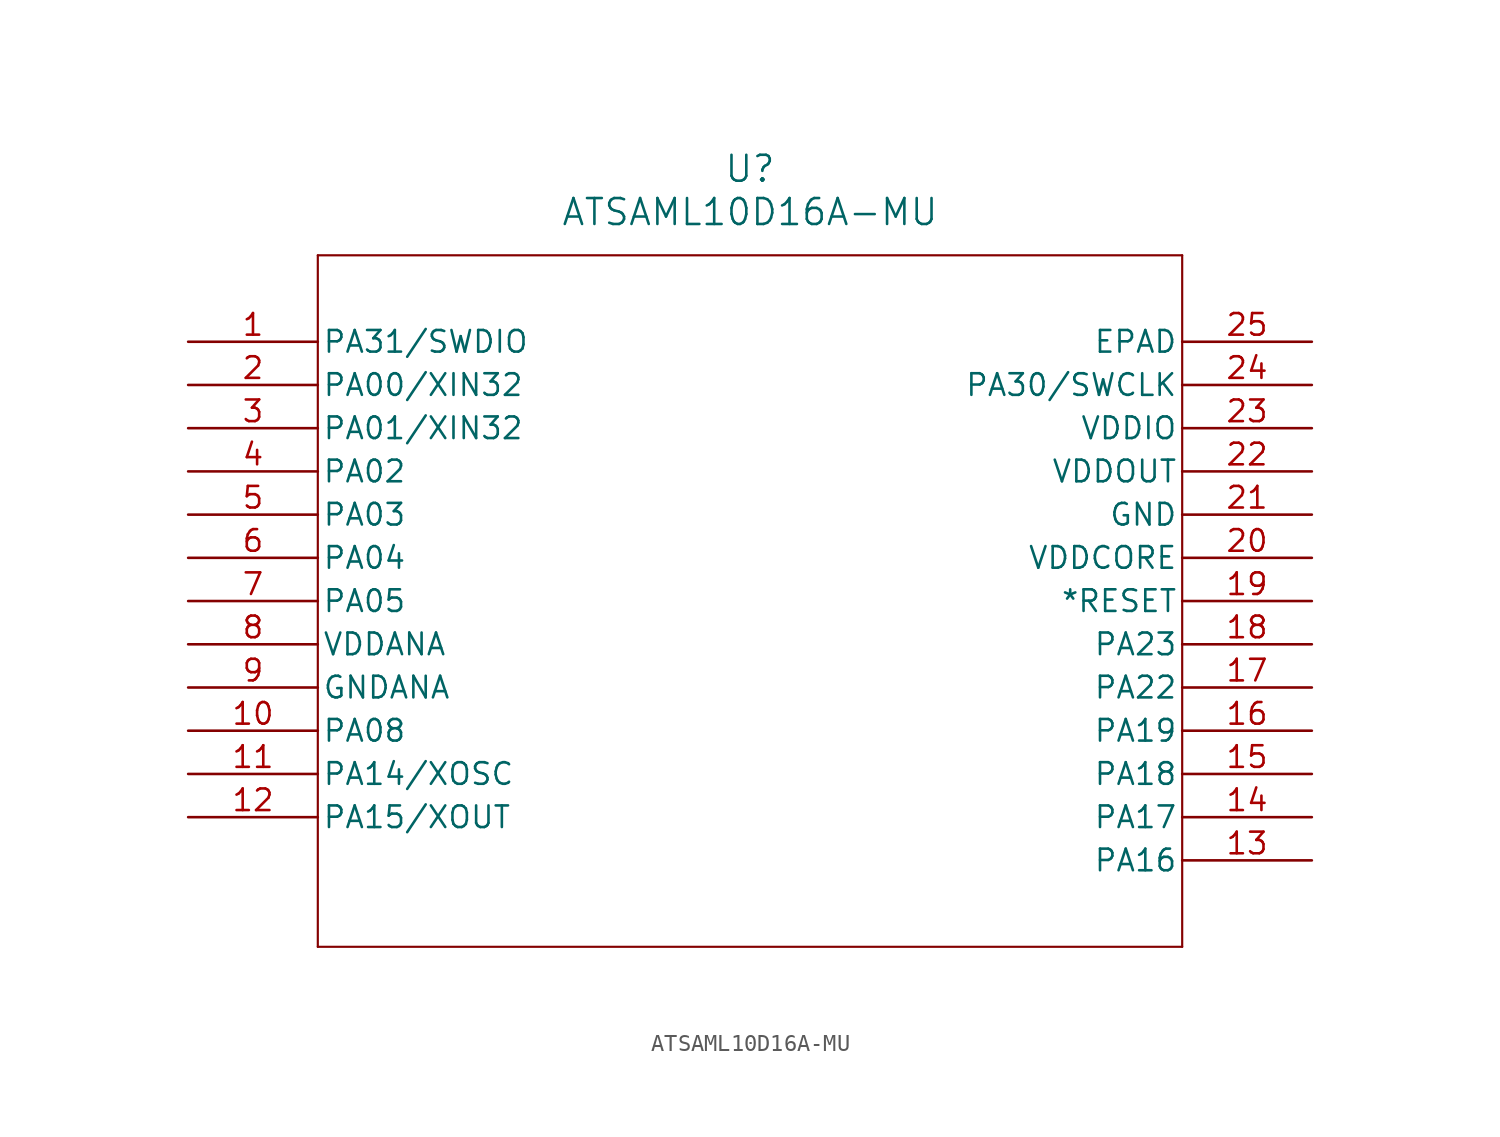
<source format=kicad_sym>
(kicad_symbol_lib
  (version 20211014)
  (generator kicad_symbol_editor)
  (symbol "ATSAML10D16A-MU"
    (pin_names
      (offset 0.254))
    (property "Reference" "U"
      (at 33.02 10.16 0)
      (effects (font (size 1.524 1.524))))
    (property "Value" "ATSAML10D16A-MU"
      (at 33.02 7.62 0)
      (effects (font (size 1.524 1.524))))
    (symbol "ATSAML10D16A-MU_0_1"
      (polyline (pts (xy 7.62 5.08) (xy 7.62 -35.56)) (stroke (width 0.127) (type default) (color 0 0 0 0)) (fill (type none)))
      (polyline (pts (xy 7.62 -35.56) (xy 58.42 -35.56)) (stroke (width 0.127) (type default) (color 0 0 0 0)) (fill (type none)))
      (polyline (pts (xy 58.42 -35.56) (xy 58.42 5.08)) (stroke (width 0.127) (type default) (color 0 0 0 0)) (fill (type none)))
      (polyline (pts (xy 58.42 5.08) (xy 7.62 5.08)) (stroke (width 0.127) (type default) (color 0 0 0 0)) (fill (type none)))
      (pin bidirectional line (at 0 0 0) (length 7.62) (name "PA31/SWDIO" (effects (font (size 1.27 1.27)))) (number "1" (effects (font (size 1.27 1.27)))))
      (pin input line (at 0 -2.54 0) (length 7.62) (name "PA00/XIN32" (effects (font (size 1.27 1.27)))) (number "2" (effects (font (size 1.27 1.27)))))
      (pin input line (at 0 -5.08 0) (length 7.62) (name "PA01/XIN32" (effects (font (size 1.27 1.27)))) (number "3" (effects (font (size 1.27 1.27)))))
      (pin bidirectional line (at 0 -7.62 0) (length 7.62) (name "PA02" (effects (font (size 1.27 1.27)))) (number "4" (effects (font (size 1.27 1.27)))))
      (pin bidirectional line (at 0 -10.16 0) (length 7.62) (name "PA03" (effects (font (size 1.27 1.27)))) (number "5" (effects (font (size 1.27 1.27)))))
      (pin bidirectional line (at 0 -12.7 0) (length 7.62) (name "PA04" (effects (font (size 1.27 1.27)))) (number "6" (effects (font (size 1.27 1.27)))))
      (pin bidirectional line (at 0 -15.24 0) (length 7.62) (name "PA05" (effects (font (size 1.27 1.27)))) (number "7" (effects (font (size 1.27 1.27)))))
      (pin power_in line (at 0 -17.78 0) (length 7.62) (name "VDDANA" (effects (font (size 1.27 1.27)))) (number "8" (effects (font (size 1.27 1.27)))))
      (pin power_out line (at 0 -20.32 0) (length 7.62) (name "GNDANA" (effects (font (size 1.27 1.27)))) (number "9" (effects (font (size 1.27 1.27)))))
      (pin bidirectional line (at 0 -22.86 0) (length 7.62) (name "PA08" (effects (font (size 1.27 1.27)))) (number "10" (effects (font (size 1.27 1.27)))))
      (pin bidirectional line (at 0 -25.4 0) (length 7.62) (name "PA14/XOSC" (effects (font (size 1.27 1.27)))) (number "11" (effects (font (size 1.27 1.27)))))
      (pin output line (at 0 -27.94 0) (length 7.62) (name "PA15/XOUT" (effects (font (size 1.27 1.27)))) (number "12" (effects (font (size 1.27 1.27)))))
      (pin bidirectional line (at 66.04 -30.48 180) (length 7.62) (name "PA16" (effects (font (size 1.27 1.27)))) (number "13" (effects (font (size 1.27 1.27)))))
      (pin bidirectional line (at 66.04 -27.94 180) (length 7.62) (name "PA17" (effects (font (size 1.27 1.27)))) (number "14" (effects (font (size 1.27 1.27)))))
      (pin bidirectional line (at 66.04 -25.4 180) (length 7.62) (name "PA18" (effects (font (size 1.27 1.27)))) (number "15" (effects (font (size 1.27 1.27)))))
      (pin bidirectional line (at 66.04 -22.86 180) (length 7.62) (name "PA19" (effects (font (size 1.27 1.27)))) (number "16" (effects (font (size 1.27 1.27)))))
      (pin bidirectional line (at 66.04 -20.32 180) (length 7.62) (name "PA22" (effects (font (size 1.27 1.27)))) (number "17" (effects (font (size 1.27 1.27)))))
      (pin bidirectional line (at 66.04 -17.78 180) (length 7.62) (name "PA23" (effects (font (size 1.27 1.27)))) (number "18" (effects (font (size 1.27 1.27)))))
      (pin unspecified line (at 66.04 -15.24 180) (length 7.62) (name "*RESET" (effects (font (size 1.27 1.27)))) (number "19" (effects (font (size 1.27 1.27)))))
      (pin power_in line (at 66.04 -12.7 180) (length 7.62) (name "VDDCORE" (effects (font (size 1.27 1.27)))) (number "20" (effects (font (size 1.27 1.27)))))
      (pin power_out line (at 66.04 -10.16 180) (length 7.62) (name "GND" (effects (font (size 1.27 1.27)))) (number "21" (effects (font (size 1.27 1.27)))))
      (pin output line (at 66.04 -7.62 180) (length 7.62) (name "VDDOUT" (effects (font (size 1.27 1.27)))) (number "22" (effects (font (size 1.27 1.27)))))
      (pin power_in line (at 66.04 -5.08 180) (length 7.62) (name "VDDIO" (effects (font (size 1.27 1.27)))) (number "23" (effects (font (size 1.27 1.27)))))
      (pin bidirectional line (at 66.04 -2.54 180) (length 7.62) (name "PA30/SWCLK" (effects (font (size 1.27 1.27)))) (number "24" (effects (font (size 1.27 1.27)))))
      (pin unspecified line (at 66.04 0 180) (length 7.62) (name "EPAD" (effects (font (size 1.27 1.27)))) (number "25" (effects (font (size 1.27 1.27))))))))
</source>
